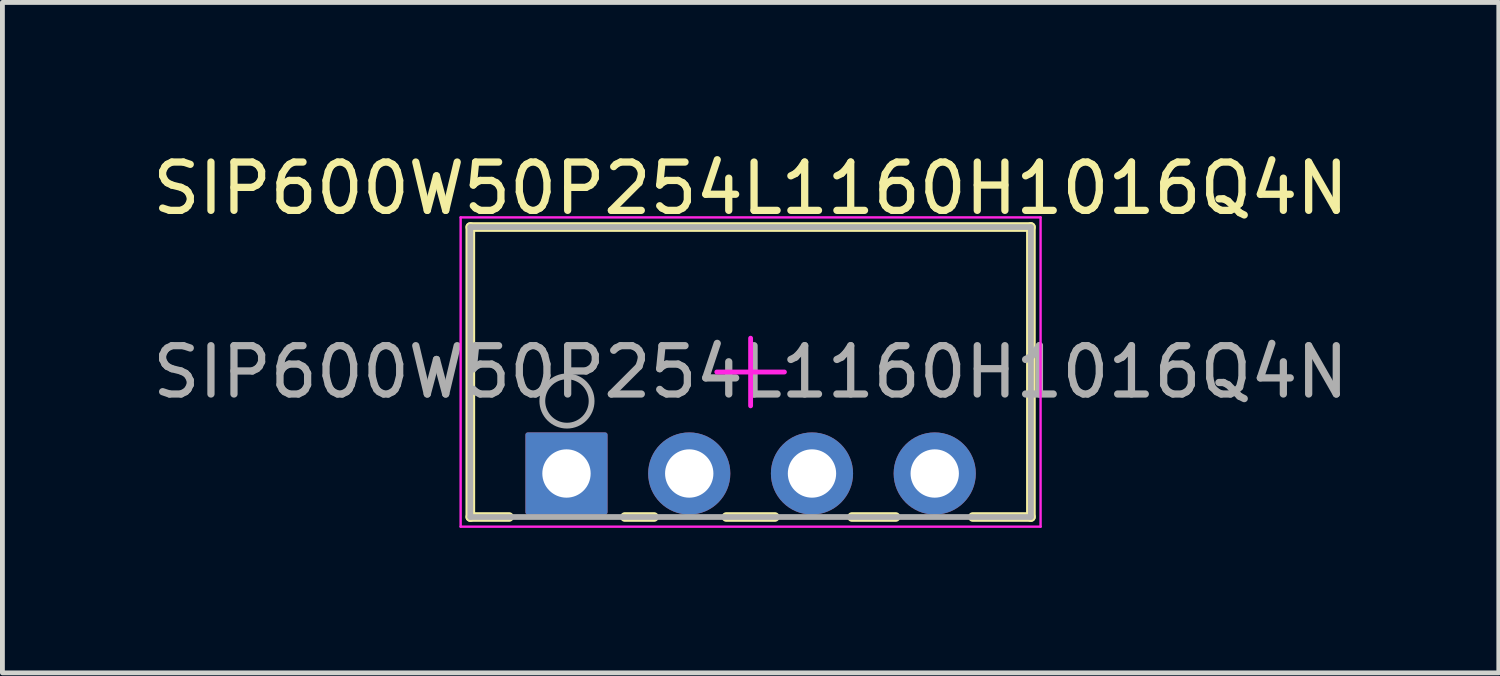
<source format=kicad_pcb>
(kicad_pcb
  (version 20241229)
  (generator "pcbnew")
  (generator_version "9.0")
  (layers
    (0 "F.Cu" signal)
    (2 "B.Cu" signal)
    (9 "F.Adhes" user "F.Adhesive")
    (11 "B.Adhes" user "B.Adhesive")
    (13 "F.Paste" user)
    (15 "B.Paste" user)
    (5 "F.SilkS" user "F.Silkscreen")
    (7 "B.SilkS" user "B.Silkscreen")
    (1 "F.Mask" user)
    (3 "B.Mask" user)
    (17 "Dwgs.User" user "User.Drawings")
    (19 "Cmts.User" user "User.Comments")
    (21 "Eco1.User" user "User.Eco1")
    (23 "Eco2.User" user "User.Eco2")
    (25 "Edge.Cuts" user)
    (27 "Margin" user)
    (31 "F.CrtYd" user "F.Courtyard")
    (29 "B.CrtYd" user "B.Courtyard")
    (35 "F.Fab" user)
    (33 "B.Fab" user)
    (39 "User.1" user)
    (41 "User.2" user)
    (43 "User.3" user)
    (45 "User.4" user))
  (footprint "SIP600W50P254L1160H1016Q4N"
    (layer "F.Cu")
    (at 12.482 4.648)
    (property "Reference" "SIP600W50P254L1160H1016Q4N" (at 0 -3.8 0) (layer "F.SilkS") (effects (font (size 1 1) (thickness 0.15))))
    (attr through_hole)
    (fp_line (start -5.8 -3) (end -5.8 3) (stroke (width 0.2) (type solid)) (layer "F.SilkS"))
    (fp_line (start -5 3) (end -5.8 3) (stroke (width 0.2) (type solid)) (layer "F.SilkS"))
    (fp_line (start -2 3) (end -2.6 3) (stroke (width 0.2) (type solid)) (layer "F.SilkS"))
    (fp_line (start 0.5 3) (end -0.5 3) (stroke (width 0.2) (type solid)) (layer "F.SilkS"))
    (fp_line (start 3 3) (end 2.1 3) (stroke (width 0.2) (type solid)) (layer "F.SilkS"))
    (fp_line (start 5.8 -3) (end -5.8 -3) (stroke (width 0.2) (type solid)) (layer "F.SilkS"))
    (fp_line (start 5.8 3) (end 4.6 3) (stroke (width 0.2) (type solid)) (layer "F.SilkS"))
    (fp_line (start 5.8 3) (end 5.8 -3) (stroke (width 0.2) (type solid)) (layer "F.SilkS"))
    (fp_line (start -6 -3.2) (end 6 -3.2) (stroke (width 0.05) (type solid)) (layer "F.CrtYd"))
    (fp_line (start -6 3.2) (end -6 -3.2) (stroke (width 0.05) (type solid)) (layer "F.CrtYd"))
    (fp_line (start 0 0.7) (end 0 -0.7) (stroke (width 0.1) (type solid)) (layer "F.CrtYd"))
    (fp_line (start 0.7 0) (end -0.7 0) (stroke (width 0.1) (type solid)) (layer "F.CrtYd"))
    (fp_line (start 6 -3.2) (end 6 3.2) (stroke (width 0.05) (type solid)) (layer "F.CrtYd"))
    (fp_line (start 6 3.2) (end -6 3.2) (stroke (width 0.05) (type solid)) (layer "F.CrtYd"))
    (fp_line (start -5.8 -3) (end 5.8 -3) (stroke (width 0.12) (type solid)) (layer "F.Fab"))
    (fp_line (start -5.8 3) (end -5.8 -3) (stroke (width 0.12) (type solid)) (layer "F.Fab"))
    (fp_line (start 5.8 -3) (end 5.8 3) (stroke (width 0.12) (type solid)) (layer "F.Fab"))
    (fp_line (start 5.8 3) (end -5.8 3) (stroke (width 0.12) (type solid)) (layer "F.Fab"))
    (fp_circle (center -3.8 0.6) (end -3.3 0.5) (stroke (width 0.12) (type solid)) (fill no) (layer "F.Fab"))
    (fp_text user "${REFERENCE}" (at 0 0 0) (layer "F.Fab") (effects (font (size 1 1) (thickness 0.15))))
    (pad "1" thru_hole roundrect (at -3.81 2.1) (size 1.7 1.7) (drill 1) (layers "*.Cu" "*.Mask") (roundrect_rratio 0.029))
    (pad "2" thru_hole circle (at -1.27 2.1) (size 1.7 1.7) (drill 1) (layers "*.Cu" "*.Mask"))
    (pad "3" thru_hole circle (at 1.27 2.1) (size 1.7 1.7) (drill 1) (layers "*.Cu" "*.Mask"))
    (pad "4" thru_hole circle (at 3.81 2.1) (size 1.7 1.7) (drill 1) (layers "*.Cu" "*.Mask")))
  (gr_rect
    (start -3 -3)
    (end 27.964 10.873)
    (stroke (width 0.1) (type default))
    (fill no)
    (layer "Edge.Cuts")))
</source>
